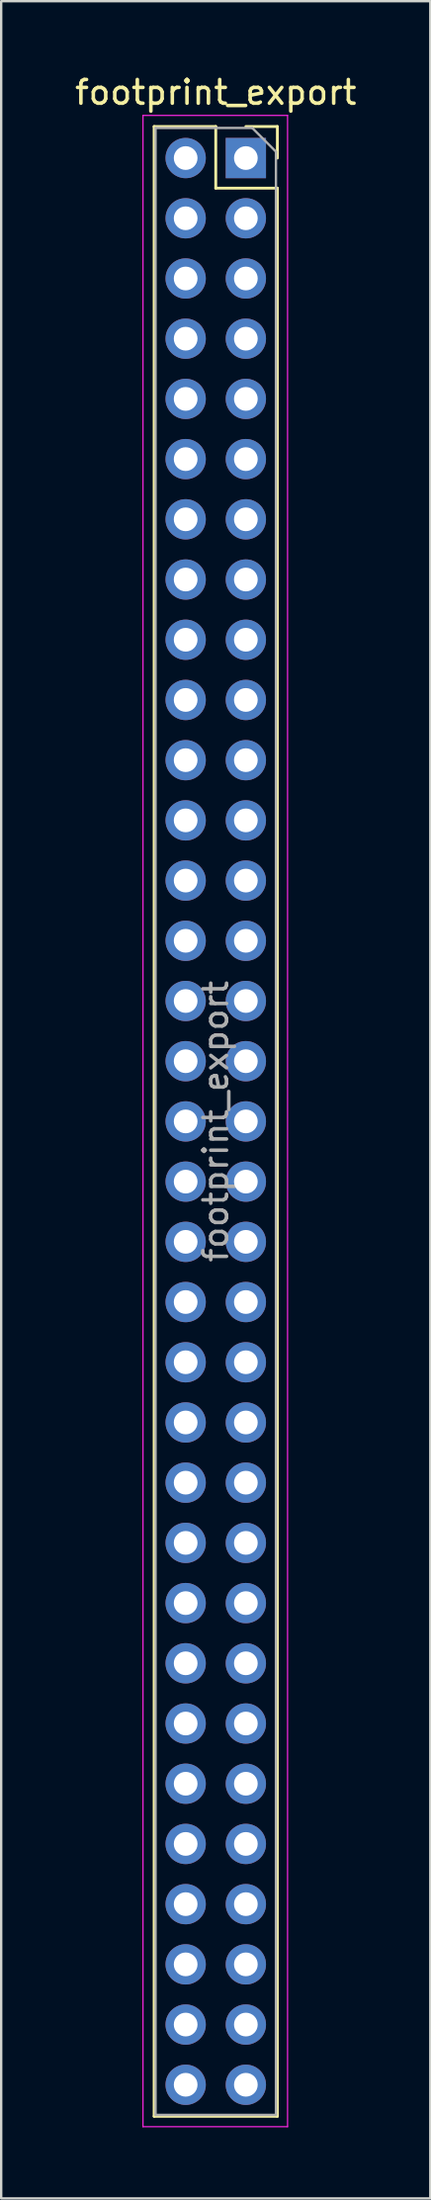
<source format=kicad_pcb>
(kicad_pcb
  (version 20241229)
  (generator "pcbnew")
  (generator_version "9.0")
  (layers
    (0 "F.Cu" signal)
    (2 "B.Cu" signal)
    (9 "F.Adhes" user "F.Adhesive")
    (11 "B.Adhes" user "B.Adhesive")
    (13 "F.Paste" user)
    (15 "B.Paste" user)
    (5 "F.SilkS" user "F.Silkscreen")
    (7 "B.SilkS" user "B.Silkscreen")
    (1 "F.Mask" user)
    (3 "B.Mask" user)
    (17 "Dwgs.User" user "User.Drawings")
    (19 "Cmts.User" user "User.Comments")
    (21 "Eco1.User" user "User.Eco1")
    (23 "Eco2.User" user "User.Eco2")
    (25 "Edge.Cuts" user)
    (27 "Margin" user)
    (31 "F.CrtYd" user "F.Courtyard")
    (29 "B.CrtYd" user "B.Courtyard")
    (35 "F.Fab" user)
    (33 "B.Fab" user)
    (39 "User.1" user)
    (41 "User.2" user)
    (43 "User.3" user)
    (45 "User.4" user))
  (footprint "footprint_export"
    (layer "F.Cu")
    (at 7.324 3.618)
    (property "Reference" "footprint_export" (at -1.27 -2.77 0) (layer "F.SilkS") (effects (font (size 1 1) (thickness 0.15))))
    (attr through_hole)
    (fp_line (start -3.87 -1.33) (end -3.87 82.61) (stroke (width 0.12) (type solid)) (layer "F.SilkS"))
    (fp_line (start -3.87 -1.33) (end -1.27 -1.33) (stroke (width 0.12) (type solid)) (layer "F.SilkS"))
    (fp_line (start -3.87 82.61) (end 1.33 82.61) (stroke (width 0.12) (type solid)) (layer "F.SilkS"))
    (fp_line (start -1.27 -1.33) (end -1.27 1.27) (stroke (width 0.12) (type solid)) (layer "F.SilkS"))
    (fp_line (start -1.27 1.27) (end 1.33 1.27) (stroke (width 0.12) (type solid)) (layer "F.SilkS"))
    (fp_line (start 0 -1.33) (end 1.33 -1.33) (stroke (width 0.12) (type solid)) (layer "F.SilkS"))
    (fp_line (start 1.33 -1.33) (end 1.33 0) (stroke (width 0.12) (type solid)) (layer "F.SilkS"))
    (fp_line (start 1.33 1.27) (end 1.33 82.61) (stroke (width 0.12) (type solid)) (layer "F.SilkS"))
    (fp_line (start -4.34 -1.8) (end 1.76 -1.8) (stroke (width 0.05) (type solid)) (layer "F.CrtYd"))
    (fp_line (start -4.34 83.05) (end -4.34 -1.8) (stroke (width 0.05) (type solid)) (layer "F.CrtYd"))
    (fp_line (start 1.76 -1.8) (end 1.76 83.05) (stroke (width 0.05) (type solid)) (layer "F.CrtYd"))
    (fp_line (start 1.76 83.05) (end -4.34 83.05) (stroke (width 0.05) (type solid)) (layer "F.CrtYd"))
    (fp_line (start -3.81 -1.27) (end 0.27 -1.27) (stroke (width 0.1) (type solid)) (layer "F.Fab"))
    (fp_line (start -3.81 82.55) (end -3.81 -1.27) (stroke (width 0.1) (type solid)) (layer "F.Fab"))
    (fp_line (start 0.27 -1.27) (end 1.27 -0.27) (stroke (width 0.1) (type solid)) (layer "F.Fab"))
    (fp_line (start 1.27 -0.27) (end 1.27 82.55) (stroke (width 0.1) (type solid)) (layer "F.Fab"))
    (fp_line (start 1.27 82.55) (end -3.81 82.55) (stroke (width 0.1) (type solid)) (layer "F.Fab"))
    (fp_text user "${REFERENCE}" (at -1.27 40.64 90) (layer "F.Fab") (effects (font (size 1 1) (thickness 0.15))))
    (pad "1" thru_hole rect (at 0 0) (size 1.7 1.7) (drill 1) (layers "*.Cu" "*.Mask"))
    (pad "2" thru_hole oval (at -2.54 0) (size 1.7 1.7) (drill 1) (layers "*.Cu" "*.Mask"))
    (pad "3" thru_hole oval (at 0 2.54) (size 1.7 1.7) (drill 1) (layers "*.Cu" "*.Mask"))
    (pad "4" thru_hole oval (at -2.54 2.54) (size 1.7 1.7) (drill 1) (layers "*.Cu" "*.Mask"))
    (pad "5" thru_hole oval (at 0 5.08) (size 1.7 1.7) (drill 1) (layers "*.Cu" "*.Mask"))
    (pad "6" thru_hole oval (at -2.54 5.08) (size 1.7 1.7) (drill 1) (layers "*.Cu" "*.Mask"))
    (pad "7" thru_hole oval (at 0 7.62) (size 1.7 1.7) (drill 1) (layers "*.Cu" "*.Mask"))
    (pad "8" thru_hole oval (at -2.54 7.62) (size 1.7 1.7) (drill 1) (layers "*.Cu" "*.Mask"))
    (pad "9" thru_hole oval (at 0 10.16) (size 1.7 1.7) (drill 1) (layers "*.Cu" "*.Mask"))
    (pad "10" thru_hole oval (at -2.54 10.16) (size 1.7 1.7) (drill 1) (layers "*.Cu" "*.Mask"))
    (pad "11" thru_hole oval (at 0 12.7) (size 1.7 1.7) (drill 1) (layers "*.Cu" "*.Mask"))
    (pad "12" thru_hole oval (at -2.54 12.7) (size 1.7 1.7) (drill 1) (layers "*.Cu" "*.Mask"))
    (pad "13" thru_hole oval (at 0 15.24) (size 1.7 1.7) (drill 1) (layers "*.Cu" "*.Mask"))
    (pad "14" thru_hole oval (at -2.54 15.24) (size 1.7 1.7) (drill 1) (layers "*.Cu" "*.Mask"))
    (pad "15" thru_hole oval (at 0 17.78) (size 1.7 1.7) (drill 1) (layers "*.Cu" "*.Mask"))
    (pad "16" thru_hole oval (at -2.54 17.78) (size 1.7 1.7) (drill 1) (layers "*.Cu" "*.Mask"))
    (pad "17" thru_hole oval (at 0 20.32) (size 1.7 1.7) (drill 1) (layers "*.Cu" "*.Mask"))
    (pad "18" thru_hole oval (at -2.54 20.32) (size 1.7 1.7) (drill 1) (layers "*.Cu" "*.Mask"))
    (pad "19" thru_hole oval (at 0 22.86) (size 1.7 1.7) (drill 1) (layers "*.Cu" "*.Mask"))
    (pad "20" thru_hole oval (at -2.54 22.86) (size 1.7 1.7) (drill 1) (layers "*.Cu" "*.Mask"))
    (pad "21" thru_hole oval (at 0 25.4) (size 1.7 1.7) (drill 1) (layers "*.Cu" "*.Mask"))
    (pad "22" thru_hole oval (at -2.54 25.4) (size 1.7 1.7) (drill 1) (layers "*.Cu" "*.Mask"))
    (pad "23" thru_hole oval (at 0 27.94) (size 1.7 1.7) (drill 1) (layers "*.Cu" "*.Mask"))
    (pad "24" thru_hole oval (at -2.54 27.94) (size 1.7 1.7) (drill 1) (layers "*.Cu" "*.Mask"))
    (pad "25" thru_hole oval (at 0 30.48) (size 1.7 1.7) (drill 1) (layers "*.Cu" "*.Mask"))
    (pad "26" thru_hole oval (at -2.54 30.48) (size 1.7 1.7) (drill 1) (layers "*.Cu" "*.Mask"))
    (pad "27" thru_hole oval (at 0 33.02) (size 1.7 1.7) (drill 1) (layers "*.Cu" "*.Mask"))
    (pad "28" thru_hole oval (at -2.54 33.02) (size 1.7 1.7) (drill 1) (layers "*.Cu" "*.Mask"))
    (pad "29" thru_hole oval (at 0 35.56) (size 1.7 1.7) (drill 1) (layers "*.Cu" "*.Mask"))
    (pad "30" thru_hole oval (at -2.54 35.56) (size 1.7 1.7) (drill 1) (layers "*.Cu" "*.Mask"))
    (pad "31" thru_hole oval (at 0 38.1) (size 1.7 1.7) (drill 1) (layers "*.Cu" "*.Mask"))
    (pad "32" thru_hole oval (at -2.54 38.1) (size 1.7 1.7) (drill 1) (layers "*.Cu" "*.Mask"))
    (pad "33" thru_hole oval (at 0 40.64) (size 1.7 1.7) (drill 1) (layers "*.Cu" "*.Mask"))
    (pad "34" thru_hole oval (at -2.54 40.64) (size 1.7 1.7) (drill 1) (layers "*.Cu" "*.Mask"))
    (pad "35" thru_hole oval (at 0 43.18) (size 1.7 1.7) (drill 1) (layers "*.Cu" "*.Mask"))
    (pad "36" thru_hole oval (at -2.54 43.18) (size 1.7 1.7) (drill 1) (layers "*.Cu" "*.Mask"))
    (pad "37" thru_hole oval (at 0 45.72) (size 1.7 1.7) (drill 1) (layers "*.Cu" "*.Mask"))
    (pad "38" thru_hole oval (at -2.54 45.72) (size 1.7 1.7) (drill 1) (layers "*.Cu" "*.Mask"))
    (pad "39" thru_hole oval (at 0 48.26) (size 1.7 1.7) (drill 1) (layers "*.Cu" "*.Mask"))
    (pad "40" thru_hole oval (at -2.54 48.26) (size 1.7 1.7) (drill 1) (layers "*.Cu" "*.Mask"))
    (pad "41" thru_hole oval (at 0 50.8) (size 1.7 1.7) (drill 1) (layers "*.Cu" "*.Mask"))
    (pad "42" thru_hole oval (at -2.54 50.8) (size 1.7 1.7) (drill 1) (layers "*.Cu" "*.Mask"))
    (pad "43" thru_hole oval (at 0 53.34) (size 1.7 1.7) (drill 1) (layers "*.Cu" "*.Mask"))
    (pad "44" thru_hole oval (at -2.54 53.34) (size 1.7 1.7) (drill 1) (layers "*.Cu" "*.Mask"))
    (pad "45" thru_hole oval (at 0 55.88) (size 1.7 1.7) (drill 1) (layers "*.Cu" "*.Mask"))
    (pad "46" thru_hole oval (at -2.54 55.88) (size 1.7 1.7) (drill 1) (layers "*.Cu" "*.Mask"))
    (pad "47" thru_hole oval (at 0 58.42) (size 1.7 1.7) (drill 1) (layers "*.Cu" "*.Mask"))
    (pad "48" thru_hole oval (at -2.54 58.42) (size 1.7 1.7) (drill 1) (layers "*.Cu" "*.Mask"))
    (pad "49" thru_hole oval (at 0 60.96) (size 1.7 1.7) (drill 1) (layers "*.Cu" "*.Mask"))
    (pad "50" thru_hole oval (at -2.54 60.96) (size 1.7 1.7) (drill 1) (layers "*.Cu" "*.Mask"))
    (pad "51" thru_hole oval (at 0 63.5) (size 1.7 1.7) (drill 1) (layers "*.Cu" "*.Mask"))
    (pad "52" thru_hole oval (at -2.54 63.5) (size 1.7 1.7) (drill 1) (layers "*.Cu" "*.Mask"))
    (pad "53" thru_hole oval (at 0 66.04) (size 1.7 1.7) (drill 1) (layers "*.Cu" "*.Mask"))
    (pad "54" thru_hole oval (at -2.54 66.04) (size 1.7 1.7) (drill 1) (layers "*.Cu" "*.Mask"))
    (pad "55" thru_hole oval (at 0 68.58) (size 1.7 1.7) (drill 1) (layers "*.Cu" "*.Mask"))
    (pad "56" thru_hole oval (at -2.54 68.58) (size 1.7 1.7) (drill 1) (layers "*.Cu" "*.Mask"))
    (pad "57" thru_hole oval (at 0 71.12) (size 1.7 1.7) (drill 1) (layers "*.Cu" "*.Mask"))
    (pad "58" thru_hole oval (at -2.54 71.12) (size 1.7 1.7) (drill 1) (layers "*.Cu" "*.Mask"))
    (pad "59" thru_hole oval (at 0 73.66) (size 1.7 1.7) (drill 1) (layers "*.Cu" "*.Mask"))
    (pad "60" thru_hole oval (at -2.54 73.66) (size 1.7 1.7) (drill 1) (layers "*.Cu" "*.Mask"))
    (pad "61" thru_hole oval (at 0 76.2) (size 1.7 1.7) (drill 1) (layers "*.Cu" "*.Mask"))
    (pad "62" thru_hole oval (at -2.54 76.2) (size 1.7 1.7) (drill 1) (layers "*.Cu" "*.Mask"))
    (pad "63" thru_hole oval (at 0 78.74) (size 1.7 1.7) (drill 1) (layers "*.Cu" "*.Mask"))
    (pad "64" thru_hole oval (at -2.54 78.74) (size 1.7 1.7) (drill 1) (layers "*.Cu" "*.Mask"))
    (pad "65" thru_hole oval (at 0 81.28) (size 1.7 1.7) (drill 1) (layers "*.Cu" "*.Mask"))
    (pad "66" thru_hole oval (at -2.54 81.28) (size 1.7 1.7) (drill 1) (layers "*.Cu" "*.Mask")))
  (gr_rect
    (start -3 -3)
    (end 15.107 89.693)
    (stroke (width 0.1) (type default))
    (fill no)
    (layer "Edge.Cuts")))
</source>
